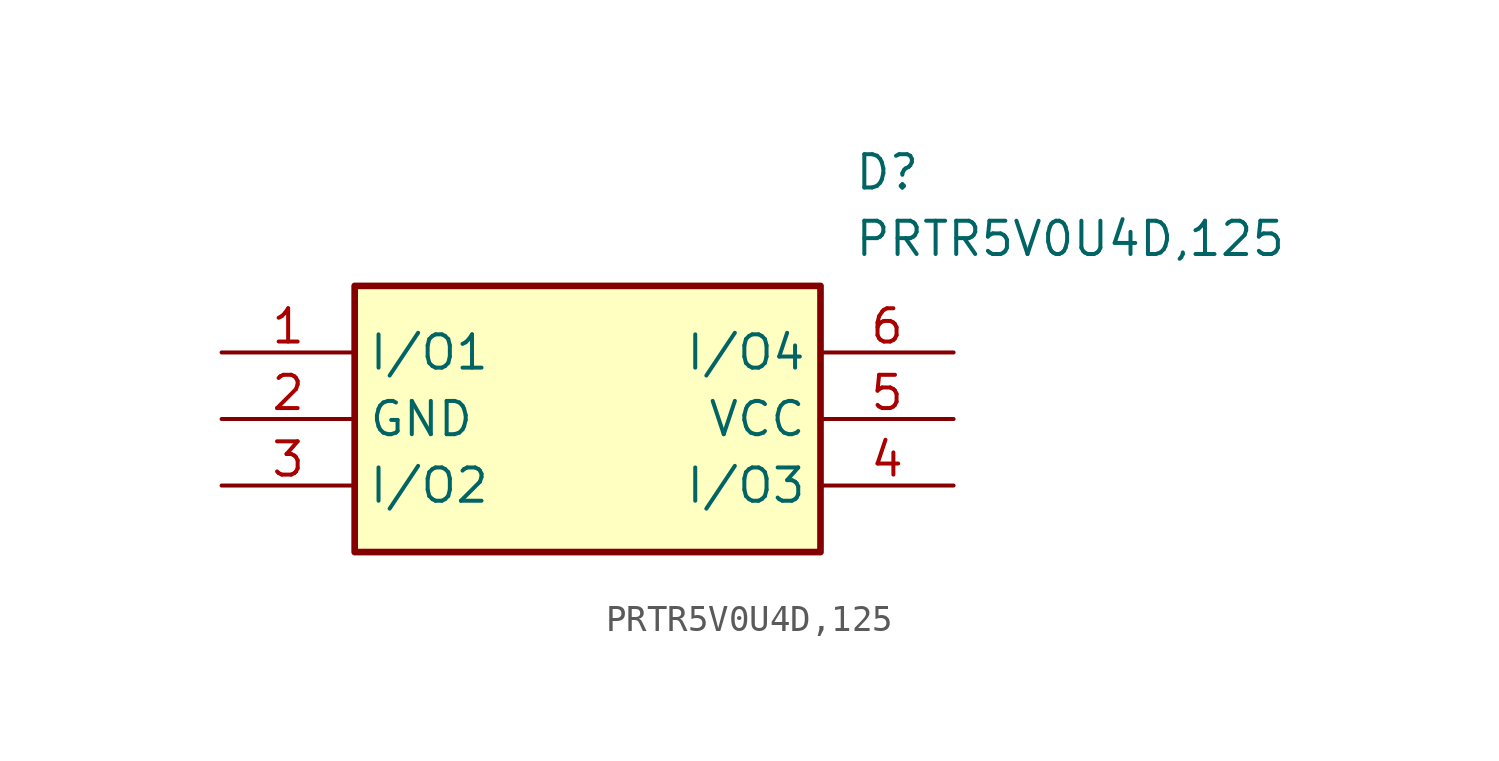
<source format=kicad_sym>
(kicad_symbol_lib
  (version 20211014)
  (generator SamacSys_ECAD_Model)
  (symbol "PRTR5V0U4D,125"
    (property "Reference" "D"
      (at 24.13 7.62 0)
      (effects (font (size 1.27 1.27)) (justify left top)))
    (property "Value" "PRTR5V0U4D,125"
      (at 24.13 5.08 0)
      (effects (font (size 1.27 1.27)) (justify left top)))
    (rectangle
      (start 5.08 2.54)
      (end 22.86 -7.62)
      (stroke (width 0.254) (type default))
      (fill (type background)))
    (pin passive line
      (at 0 0 0)
      (length 5.08)
      (name "I/O1" (effects (font (size 1.27 1.27))))
      (number "1" (effects (font (size 1.27 1.27)))))
    (pin passive line
      (at 0 -2.54 0)
      (length 5.08)
      (name "GND" (effects (font (size 1.27 1.27))))
      (number "2" (effects (font (size 1.27 1.27)))))
    (pin passive line
      (at 0 -5.08 0)
      (length 5.08)
      (name "I/O2" (effects (font (size 1.27 1.27))))
      (number "3" (effects (font (size 1.27 1.27)))))
    (pin passive line
      (at 27.94 0 180)
      (length 5.08)
      (name "I/O4" (effects (font (size 1.27 1.27))))
      (number "6" (effects (font (size 1.27 1.27)))))
    (pin passive line
      (at 27.94 -2.54 180)
      (length 5.08)
      (name "VCC" (effects (font (size 1.27 1.27))))
      (number "5" (effects (font (size 1.27 1.27)))))
    (pin passive line
      (at 27.94 -5.08 180)
      (length 5.08)
      (name "I/O3" (effects (font (size 1.27 1.27))))
      (number "4" (effects (font (size 1.27 1.27)))))))
</source>
